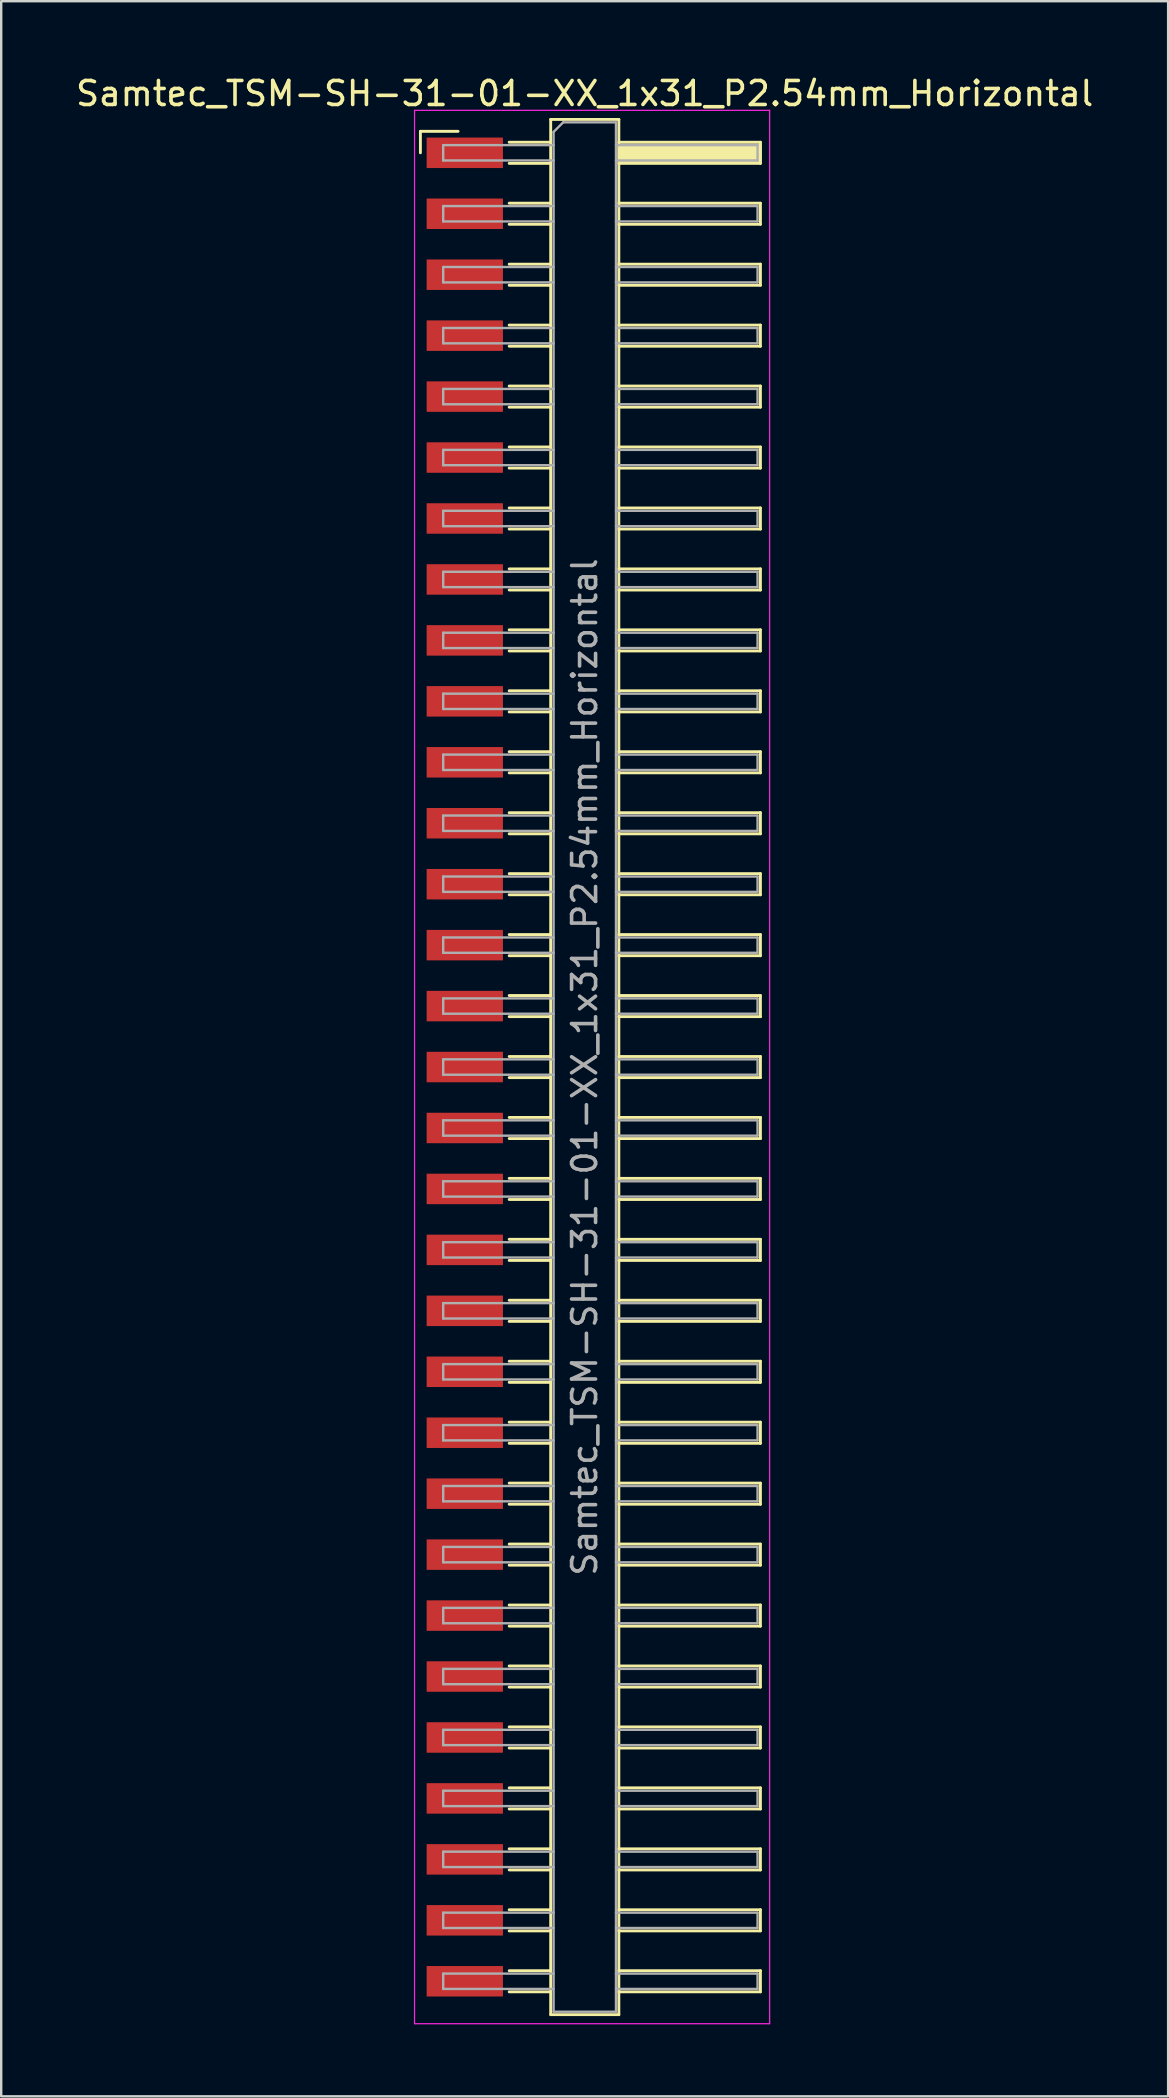
<source format=kicad_pcb>
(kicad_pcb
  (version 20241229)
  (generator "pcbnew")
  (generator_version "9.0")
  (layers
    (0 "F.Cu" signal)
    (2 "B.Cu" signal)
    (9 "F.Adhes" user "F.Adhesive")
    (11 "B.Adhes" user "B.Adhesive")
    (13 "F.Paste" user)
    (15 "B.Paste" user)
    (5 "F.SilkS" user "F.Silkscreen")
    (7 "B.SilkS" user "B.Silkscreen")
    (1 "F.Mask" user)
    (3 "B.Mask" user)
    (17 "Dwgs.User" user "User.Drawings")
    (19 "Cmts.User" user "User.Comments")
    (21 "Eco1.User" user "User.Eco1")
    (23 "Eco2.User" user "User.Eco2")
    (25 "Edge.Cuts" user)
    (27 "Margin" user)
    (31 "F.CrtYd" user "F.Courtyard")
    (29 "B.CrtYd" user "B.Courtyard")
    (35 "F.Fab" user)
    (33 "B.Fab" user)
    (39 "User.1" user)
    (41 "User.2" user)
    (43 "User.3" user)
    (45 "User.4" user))
  (footprint "Samtec_TSM-SH-31-01-XX_1x31_P2.54mm_Horizontal"
    (layer "F.Cu")
    (at 21.505 41.418)
    (property "Reference" "Samtec_TSM-SH-31-01-XX_1x31_P2.54mm_Horizontal" (at -0.19 -40.57 0) (layer "F.SilkS") (effects (font (size 1 1) (thickness 0.15))))
    (attr smd)
    (fp_line (start -7.035 -38.995) (end -5.465 -38.995) (stroke (width 0.12) (type solid)) (layer "F.SilkS"))
    (fp_line (start -7.035 -38.1) (end -7.035 -38.995) (stroke (width 0.12) (type solid)) (layer "F.SilkS"))
    (fp_line (start -3.335 -38.54) (end -1.605 -38.54) (stroke (width 0.12) (type solid)) (layer "F.SilkS"))
    (fp_line (start -3.335 -37.66) (end -1.605 -37.66) (stroke (width 0.12) (type solid)) (layer "F.SilkS"))
    (fp_line (start -3.335 -36) (end -1.605 -36) (stroke (width 0.12) (type solid)) (layer "F.SilkS"))
    (fp_line (start -3.335 -35.12) (end -1.605 -35.12) (stroke (width 0.12) (type solid)) (layer "F.SilkS"))
    (fp_line (start -3.335 -33.46) (end -1.605 -33.46) (stroke (width 0.12) (type solid)) (layer "F.SilkS"))
    (fp_line (start -3.335 -32.58) (end -1.605 -32.58) (stroke (width 0.12) (type solid)) (layer "F.SilkS"))
    (fp_line (start -3.335 -30.92) (end -1.605 -30.92) (stroke (width 0.12) (type solid)) (layer "F.SilkS"))
    (fp_line (start -3.335 -30.04) (end -1.605 -30.04) (stroke (width 0.12) (type solid)) (layer "F.SilkS"))
    (fp_line (start -3.335 -28.38) (end -1.605 -28.38) (stroke (width 0.12) (type solid)) (layer "F.SilkS"))
    (fp_line (start -3.335 -27.5) (end -1.605 -27.5) (stroke (width 0.12) (type solid)) (layer "F.SilkS"))
    (fp_line (start -3.335 -25.84) (end -1.605 -25.84) (stroke (width 0.12) (type solid)) (layer "F.SilkS"))
    (fp_line (start -3.335 -24.96) (end -1.605 -24.96) (stroke (width 0.12) (type solid)) (layer "F.SilkS"))
    (fp_line (start -3.335 -23.3) (end -1.605 -23.3) (stroke (width 0.12) (type solid)) (layer "F.SilkS"))
    (fp_line (start -3.335 -22.42) (end -1.605 -22.42) (stroke (width 0.12) (type solid)) (layer "F.SilkS"))
    (fp_line (start -3.335 -20.76) (end -1.605 -20.76) (stroke (width 0.12) (type solid)) (layer "F.SilkS"))
    (fp_line (start -3.335 -19.88) (end -1.605 -19.88) (stroke (width 0.12) (type solid)) (layer "F.SilkS"))
    (fp_line (start -3.335 -18.22) (end -1.605 -18.22) (stroke (width 0.12) (type solid)) (layer "F.SilkS"))
    (fp_line (start -3.335 -17.34) (end -1.605 -17.34) (stroke (width 0.12) (type solid)) (layer "F.SilkS"))
    (fp_line (start -3.335 -15.68) (end -1.605 -15.68) (stroke (width 0.12) (type solid)) (layer "F.SilkS"))
    (fp_line (start -3.335 -14.8) (end -1.605 -14.8) (stroke (width 0.12) (type solid)) (layer "F.SilkS"))
    (fp_line (start -3.335 -13.14) (end -1.605 -13.14) (stroke (width 0.12) (type solid)) (layer "F.SilkS"))
    (fp_line (start -3.335 -12.26) (end -1.605 -12.26) (stroke (width 0.12) (type solid)) (layer "F.SilkS"))
    (fp_line (start -3.335 -10.6) (end -1.605 -10.6) (stroke (width 0.12) (type solid)) (layer "F.SilkS"))
    (fp_line (start -3.335 -9.72) (end -1.605 -9.72) (stroke (width 0.12) (type solid)) (layer "F.SilkS"))
    (fp_line (start -3.335 -8.06) (end -1.605 -8.06) (stroke (width 0.12) (type solid)) (layer "F.SilkS"))
    (fp_line (start -3.335 -7.18) (end -1.605 -7.18) (stroke (width 0.12) (type solid)) (layer "F.SilkS"))
    (fp_line (start -3.335 -5.52) (end -1.605 -5.52) (stroke (width 0.12) (type solid)) (layer "F.SilkS"))
    (fp_line (start -3.335 -4.64) (end -1.605 -4.64) (stroke (width 0.12) (type solid)) (layer "F.SilkS"))
    (fp_line (start -3.335 -2.98) (end -1.605 -2.98) (stroke (width 0.12) (type solid)) (layer "F.SilkS"))
    (fp_line (start -3.335 -2.1) (end -1.605 -2.1) (stroke (width 0.12) (type solid)) (layer "F.SilkS"))
    (fp_line (start -3.335 -0.44) (end -1.605 -0.44) (stroke (width 0.12) (type solid)) (layer "F.SilkS"))
    (fp_line (start -3.335 0.44) (end -1.605 0.44) (stroke (width 0.12) (type solid)) (layer "F.SilkS"))
    (fp_line (start -3.335 2.1) (end -1.605 2.1) (stroke (width 0.12) (type solid)) (layer "F.SilkS"))
    (fp_line (start -3.335 2.98) (end -1.605 2.98) (stroke (width 0.12) (type solid)) (layer "F.SilkS"))
    (fp_line (start -3.335 4.64) (end -1.605 4.64) (stroke (width 0.12) (type solid)) (layer "F.SilkS"))
    (fp_line (start -3.335 5.52) (end -1.605 5.52) (stroke (width 0.12) (type solid)) (layer "F.SilkS"))
    (fp_line (start -3.335 7.18) (end -1.605 7.18) (stroke (width 0.12) (type solid)) (layer "F.SilkS"))
    (fp_line (start -3.335 8.06) (end -1.605 8.06) (stroke (width 0.12) (type solid)) (layer "F.SilkS"))
    (fp_line (start -3.335 9.72) (end -1.605 9.72) (stroke (width 0.12) (type solid)) (layer "F.SilkS"))
    (fp_line (start -3.335 10.6) (end -1.605 10.6) (stroke (width 0.12) (type solid)) (layer "F.SilkS"))
    (fp_line (start -3.335 12.26) (end -1.605 12.26) (stroke (width 0.12) (type solid)) (layer "F.SilkS"))
    (fp_line (start -3.335 13.14) (end -1.605 13.14) (stroke (width 0.12) (type solid)) (layer "F.SilkS"))
    (fp_line (start -3.335 14.8) (end -1.605 14.8) (stroke (width 0.12) (type solid)) (layer "F.SilkS"))
    (fp_line (start -3.335 15.68) (end -1.605 15.68) (stroke (width 0.12) (type solid)) (layer "F.SilkS"))
    (fp_line (start -3.335 17.34) (end -1.605 17.34) (stroke (width 0.12) (type solid)) (layer "F.SilkS"))
    (fp_line (start -3.335 18.22) (end -1.605 18.22) (stroke (width 0.12) (type solid)) (layer "F.SilkS"))
    (fp_line (start -3.335 19.88) (end -1.605 19.88) (stroke (width 0.12) (type solid)) (layer "F.SilkS"))
    (fp_line (start -3.335 20.76) (end -1.605 20.76) (stroke (width 0.12) (type solid)) (layer "F.SilkS"))
    (fp_line (start -3.335 22.42) (end -1.605 22.42) (stroke (width 0.12) (type solid)) (layer "F.SilkS"))
    (fp_line (start -3.335 23.3) (end -1.605 23.3) (stroke (width 0.12) (type solid)) (layer "F.SilkS"))
    (fp_line (start -3.335 24.96) (end -1.605 24.96) (stroke (width 0.12) (type solid)) (layer "F.SilkS"))
    (fp_line (start -3.335 25.84) (end -1.605 25.84) (stroke (width 0.12) (type solid)) (layer "F.SilkS"))
    (fp_line (start -3.335 27.5) (end -1.605 27.5) (stroke (width 0.12) (type solid)) (layer "F.SilkS"))
    (fp_line (start -3.335 28.38) (end -1.605 28.38) (stroke (width 0.12) (type solid)) (layer "F.SilkS"))
    (fp_line (start -3.335 30.04) (end -1.605 30.04) (stroke (width 0.12) (type solid)) (layer "F.SilkS"))
    (fp_line (start -3.335 30.92) (end -1.605 30.92) (stroke (width 0.12) (type solid)) (layer "F.SilkS"))
    (fp_line (start -3.335 32.58) (end -1.605 32.58) (stroke (width 0.12) (type solid)) (layer "F.SilkS"))
    (fp_line (start -3.335 33.46) (end -1.605 33.46) (stroke (width 0.12) (type solid)) (layer "F.SilkS"))
    (fp_line (start -3.335 35.12) (end -1.605 35.12) (stroke (width 0.12) (type solid)) (layer "F.SilkS"))
    (fp_line (start -3.335 36) (end -1.605 36) (stroke (width 0.12) (type solid)) (layer "F.SilkS"))
    (fp_line (start -3.335 37.66) (end -1.605 37.66) (stroke (width 0.12) (type solid)) (layer "F.SilkS"))
    (fp_line (start -3.335 38.54) (end -1.605 38.54) (stroke (width 0.12) (type solid)) (layer "F.SilkS"))
    (fp_line (start -1.605 -39.49) (end 1.235 -39.49) (stroke (width 0.12) (type solid)) (layer "F.SilkS"))
    (fp_line (start -1.605 39.49) (end -1.605 -39.49) (stroke (width 0.12) (type solid)) (layer "F.SilkS"))
    (fp_line (start 1.235 -39.49) (end 1.235 39.49) (stroke (width 0.12) (type solid)) (layer "F.SilkS"))
    (fp_line (start 1.235 -38.54) (end 7.135 -38.54) (stroke (width 0.12) (type solid)) (layer "F.SilkS"))
    (fp_line (start 1.235 -36) (end 7.135 -36) (stroke (width 0.12) (type solid)) (layer "F.SilkS"))
    (fp_line (start 1.235 -33.46) (end 7.135 -33.46) (stroke (width 0.12) (type solid)) (layer "F.SilkS"))
    (fp_line (start 1.235 -30.92) (end 7.135 -30.92) (stroke (width 0.12) (type solid)) (layer "F.SilkS"))
    (fp_line (start 1.235 -28.38) (end 7.135 -28.38) (stroke (width 0.12) (type solid)) (layer "F.SilkS"))
    (fp_line (start 1.235 -25.84) (end 7.135 -25.84) (stroke (width 0.12) (type solid)) (layer "F.SilkS"))
    (fp_line (start 1.235 -23.3) (end 7.135 -23.3) (stroke (width 0.12) (type solid)) (layer "F.SilkS"))
    (fp_line (start 1.235 -20.76) (end 7.135 -20.76) (stroke (width 0.12) (type solid)) (layer "F.SilkS"))
    (fp_line (start 1.235 -18.22) (end 7.135 -18.22) (stroke (width 0.12) (type solid)) (layer "F.SilkS"))
    (fp_line (start 1.235 -15.68) (end 7.135 -15.68) (stroke (width 0.12) (type solid)) (layer "F.SilkS"))
    (fp_line (start 1.235 -13.14) (end 7.135 -13.14) (stroke (width 0.12) (type solid)) (layer "F.SilkS"))
    (fp_line (start 1.235 -10.6) (end 7.135 -10.6) (stroke (width 0.12) (type solid)) (layer "F.SilkS"))
    (fp_line (start 1.235 -8.06) (end 7.135 -8.06) (stroke (width 0.12) (type solid)) (layer "F.SilkS"))
    (fp_line (start 1.235 -5.52) (end 7.135 -5.52) (stroke (width 0.12) (type solid)) (layer "F.SilkS"))
    (fp_line (start 1.235 -2.98) (end 7.135 -2.98) (stroke (width 0.12) (type solid)) (layer "F.SilkS"))
    (fp_line (start 1.235 -0.44) (end 7.135 -0.44) (stroke (width 0.12) (type solid)) (layer "F.SilkS"))
    (fp_line (start 1.235 2.1) (end 7.135 2.1) (stroke (width 0.12) (type solid)) (layer "F.SilkS"))
    (fp_line (start 1.235 4.64) (end 7.135 4.64) (stroke (width 0.12) (type solid)) (layer "F.SilkS"))
    (fp_line (start 1.235 7.18) (end 7.135 7.18) (stroke (width 0.12) (type solid)) (layer "F.SilkS"))
    (fp_line (start 1.235 9.72) (end 7.135 9.72) (stroke (width 0.12) (type solid)) (layer "F.SilkS"))
    (fp_line (start 1.235 12.26) (end 7.135 12.26) (stroke (width 0.12) (type solid)) (layer "F.SilkS"))
    (fp_line (start 1.235 14.8) (end 7.135 14.8) (stroke (width 0.12) (type solid)) (layer "F.SilkS"))
    (fp_line (start 1.235 17.34) (end 7.135 17.34) (stroke (width 0.12) (type solid)) (layer "F.SilkS"))
    (fp_line (start 1.235 19.88) (end 7.135 19.88) (stroke (width 0.12) (type solid)) (layer "F.SilkS"))
    (fp_line (start 1.235 22.42) (end 7.135 22.42) (stroke (width 0.12) (type solid)) (layer "F.SilkS"))
    (fp_line (start 1.235 24.96) (end 7.135 24.96) (stroke (width 0.12) (type solid)) (layer "F.SilkS"))
    (fp_line (start 1.235 27.5) (end 7.135 27.5) (stroke (width 0.12) (type solid)) (layer "F.SilkS"))
    (fp_line (start 1.235 30.04) (end 7.135 30.04) (stroke (width 0.12) (type solid)) (layer "F.SilkS"))
    (fp_line (start 1.235 32.58) (end 7.135 32.58) (stroke (width 0.12) (type solid)) (layer "F.SilkS"))
    (fp_line (start 1.235 35.12) (end 7.135 35.12) (stroke (width 0.12) (type solid)) (layer "F.SilkS"))
    (fp_line (start 1.235 37.66) (end 7.135 37.66) (stroke (width 0.12) (type solid)) (layer "F.SilkS"))
    (fp_line (start 1.235 39.49) (end -1.605 39.49) (stroke (width 0.12) (type solid)) (layer "F.SilkS"))
    (fp_line (start 7.135 -38.54) (end 7.135 -37.66) (stroke (width 0.12) (type solid)) (layer "F.SilkS"))
    (fp_line (start 7.135 -37.66) (end 1.235 -37.66) (stroke (width 0.12) (type solid)) (layer "F.SilkS"))
    (fp_line (start 7.135 -36) (end 7.135 -35.12) (stroke (width 0.12) (type solid)) (layer "F.SilkS"))
    (fp_line (start 7.135 -35.12) (end 1.235 -35.12) (stroke (width 0.12) (type solid)) (layer "F.SilkS"))
    (fp_line (start 7.135 -33.46) (end 7.135 -32.58) (stroke (width 0.12) (type solid)) (layer "F.SilkS"))
    (fp_line (start 7.135 -32.58) (end 1.235 -32.58) (stroke (width 0.12) (type solid)) (layer "F.SilkS"))
    (fp_line (start 7.135 -30.92) (end 7.135 -30.04) (stroke (width 0.12) (type solid)) (layer "F.SilkS"))
    (fp_line (start 7.135 -30.04) (end 1.235 -30.04) (stroke (width 0.12) (type solid)) (layer "F.SilkS"))
    (fp_line (start 7.135 -28.38) (end 7.135 -27.5) (stroke (width 0.12) (type solid)) (layer "F.SilkS"))
    (fp_line (start 7.135 -27.5) (end 1.235 -27.5) (stroke (width 0.12) (type solid)) (layer "F.SilkS"))
    (fp_line (start 7.135 -25.84) (end 7.135 -24.96) (stroke (width 0.12) (type solid)) (layer "F.SilkS"))
    (fp_line (start 7.135 -24.96) (end 1.235 -24.96) (stroke (width 0.12) (type solid)) (layer "F.SilkS"))
    (fp_line (start 7.135 -23.3) (end 7.135 -22.42) (stroke (width 0.12) (type solid)) (layer "F.SilkS"))
    (fp_line (start 7.135 -22.42) (end 1.235 -22.42) (stroke (width 0.12) (type solid)) (layer "F.SilkS"))
    (fp_line (start 7.135 -20.76) (end 7.135 -19.88) (stroke (width 0.12) (type solid)) (layer "F.SilkS"))
    (fp_line (start 7.135 -19.88) (end 1.235 -19.88) (stroke (width 0.12) (type solid)) (layer "F.SilkS"))
    (fp_line (start 7.135 -18.22) (end 7.135 -17.34) (stroke (width 0.12) (type solid)) (layer "F.SilkS"))
    (fp_line (start 7.135 -17.34) (end 1.235 -17.34) (stroke (width 0.12) (type solid)) (layer "F.SilkS"))
    (fp_line (start 7.135 -15.68) (end 7.135 -14.8) (stroke (width 0.12) (type solid)) (layer "F.SilkS"))
    (fp_line (start 7.135 -14.8) (end 1.235 -14.8) (stroke (width 0.12) (type solid)) (layer "F.SilkS"))
    (fp_line (start 7.135 -13.14) (end 7.135 -12.26) (stroke (width 0.12) (type solid)) (layer "F.SilkS"))
    (fp_line (start 7.135 -12.26) (end 1.235 -12.26) (stroke (width 0.12) (type solid)) (layer "F.SilkS"))
    (fp_line (start 7.135 -10.6) (end 7.135 -9.72) (stroke (width 0.12) (type solid)) (layer "F.SilkS"))
    (fp_line (start 7.135 -9.72) (end 1.235 -9.72) (stroke (width 0.12) (type solid)) (layer "F.SilkS"))
    (fp_line (start 7.135 -8.06) (end 7.135 -7.18) (stroke (width 0.12) (type solid)) (layer "F.SilkS"))
    (fp_line (start 7.135 -7.18) (end 1.235 -7.18) (stroke (width 0.12) (type solid)) (layer "F.SilkS"))
    (fp_line (start 7.135 -5.52) (end 7.135 -4.64) (stroke (width 0.12) (type solid)) (layer "F.SilkS"))
    (fp_line (start 7.135 -4.64) (end 1.235 -4.64) (stroke (width 0.12) (type solid)) (layer "F.SilkS"))
    (fp_line (start 7.135 -2.98) (end 7.135 -2.1) (stroke (width 0.12) (type solid)) (layer "F.SilkS"))
    (fp_line (start 7.135 -2.1) (end 1.235 -2.1) (stroke (width 0.12) (type solid)) (layer "F.SilkS"))
    (fp_line (start 7.135 -0.44) (end 7.135 0.44) (stroke (width 0.12) (type solid)) (layer "F.SilkS"))
    (fp_line (start 7.135 0.44) (end 1.235 0.44) (stroke (width 0.12) (type solid)) (layer "F.SilkS"))
    (fp_line (start 7.135 2.1) (end 7.135 2.98) (stroke (width 0.12) (type solid)) (layer "F.SilkS"))
    (fp_line (start 7.135 2.98) (end 1.235 2.98) (stroke (width 0.12) (type solid)) (layer "F.SilkS"))
    (fp_line (start 7.135 4.64) (end 7.135 5.52) (stroke (width 0.12) (type solid)) (layer "F.SilkS"))
    (fp_line (start 7.135 5.52) (end 1.235 5.52) (stroke (width 0.12) (type solid)) (layer "F.SilkS"))
    (fp_line (start 7.135 7.18) (end 7.135 8.06) (stroke (width 0.12) (type solid)) (layer "F.SilkS"))
    (fp_line (start 7.135 8.06) (end 1.235 8.06) (stroke (width 0.12) (type solid)) (layer "F.SilkS"))
    (fp_line (start 7.135 9.72) (end 7.135 10.6) (stroke (width 0.12) (type solid)) (layer "F.SilkS"))
    (fp_line (start 7.135 10.6) (end 1.235 10.6) (stroke (width 0.12) (type solid)) (layer "F.SilkS"))
    (fp_line (start 7.135 12.26) (end 7.135 13.14) (stroke (width 0.12) (type solid)) (layer "F.SilkS"))
    (fp_line (start 7.135 13.14) (end 1.235 13.14) (stroke (width 0.12) (type solid)) (layer "F.SilkS"))
    (fp_line (start 7.135 14.8) (end 7.135 15.68) (stroke (width 0.12) (type solid)) (layer "F.SilkS"))
    (fp_line (start 7.135 15.68) (end 1.235 15.68) (stroke (width 0.12) (type solid)) (layer "F.SilkS"))
    (fp_line (start 7.135 17.34) (end 7.135 18.22) (stroke (width 0.12) (type solid)) (layer "F.SilkS"))
    (fp_line (start 7.135 18.22) (end 1.235 18.22) (stroke (width 0.12) (type solid)) (layer "F.SilkS"))
    (fp_line (start 7.135 19.88) (end 7.135 20.76) (stroke (width 0.12) (type solid)) (layer "F.SilkS"))
    (fp_line (start 7.135 20.76) (end 1.235 20.76) (stroke (width 0.12) (type solid)) (layer "F.SilkS"))
    (fp_line (start 7.135 22.42) (end 7.135 23.3) (stroke (width 0.12) (type solid)) (layer "F.SilkS"))
    (fp_line (start 7.135 23.3) (end 1.235 23.3) (stroke (width 0.12) (type solid)) (layer "F.SilkS"))
    (fp_line (start 7.135 24.96) (end 7.135 25.84) (stroke (width 0.12) (type solid)) (layer "F.SilkS"))
    (fp_line (start 7.135 25.84) (end 1.235 25.84) (stroke (width 0.12) (type solid)) (layer "F.SilkS"))
    (fp_line (start 7.135 27.5) (end 7.135 28.38) (stroke (width 0.12) (type solid)) (layer "F.SilkS"))
    (fp_line (start 7.135 28.38) (end 1.235 28.38) (stroke (width 0.12) (type solid)) (layer "F.SilkS"))
    (fp_line (start 7.135 30.04) (end 7.135 30.92) (stroke (width 0.12) (type solid)) (layer "F.SilkS"))
    (fp_line (start 7.135 30.92) (end 1.235 30.92) (stroke (width 0.12) (type solid)) (layer "F.SilkS"))
    (fp_line (start 7.135 32.58) (end 7.135 33.46) (stroke (width 0.12) (type solid)) (layer "F.SilkS"))
    (fp_line (start 7.135 33.46) (end 1.235 33.46) (stroke (width 0.12) (type solid)) (layer "F.SilkS"))
    (fp_line (start 7.135 35.12) (end 7.135 36) (stroke (width 0.12) (type solid)) (layer "F.SilkS"))
    (fp_line (start 7.135 36) (end 1.235 36) (stroke (width 0.12) (type solid)) (layer "F.SilkS"))
    (fp_line (start 7.135 37.66) (end 7.135 38.54) (stroke (width 0.12) (type solid)) (layer "F.SilkS"))
    (fp_line (start 7.135 38.54) (end 1.235 38.54) (stroke (width 0.12) (type solid)) (layer "F.SilkS"))
    (fp_line (start -7.28 -39.87) (end 7.52 -39.87) (stroke (width 0.05) (type solid)) (layer "F.CrtYd"))
    (fp_line (start -7.28 39.87) (end -7.28 -39.87) (stroke (width 0.05) (type solid)) (layer "F.CrtYd"))
    (fp_line (start 7.52 -39.87) (end 7.52 39.87) (stroke (width 0.05) (type solid)) (layer "F.CrtYd"))
    (fp_line (start 7.52 39.87) (end -7.28 39.87) (stroke (width 0.05) (type solid)) (layer "F.CrtYd"))
    (fp_line (start -6.085 -38.42) (end -6.085 -37.78) (stroke (width 0.1) (type solid)) (layer "F.Fab"))
    (fp_line (start -6.085 -37.78) (end -1.485 -37.78) (stroke (width 0.1) (type solid)) (layer "F.Fab"))
    (fp_line (start -6.085 -35.88) (end -6.085 -35.24) (stroke (width 0.1) (type solid)) (layer "F.Fab"))
    (fp_line (start -6.085 -35.24) (end -1.485 -35.24) (stroke (width 0.1) (type solid)) (layer "F.Fab"))
    (fp_line (start -6.085 -33.34) (end -6.085 -32.7) (stroke (width 0.1) (type solid)) (layer "F.Fab"))
    (fp_line (start -6.085 -32.7) (end -1.485 -32.7) (stroke (width 0.1) (type solid)) (layer "F.Fab"))
    (fp_line (start -6.085 -30.8) (end -6.085 -30.16) (stroke (width 0.1) (type solid)) (layer "F.Fab"))
    (fp_line (start -6.085 -30.16) (end -1.485 -30.16) (stroke (width 0.1) (type solid)) (layer "F.Fab"))
    (fp_line (start -6.085 -28.26) (end -6.085 -27.62) (stroke (width 0.1) (type solid)) (layer "F.Fab"))
    (fp_line (start -6.085 -27.62) (end -1.485 -27.62) (stroke (width 0.1) (type solid)) (layer "F.Fab"))
    (fp_line (start -6.085 -25.72) (end -6.085 -25.08) (stroke (width 0.1) (type solid)) (layer "F.Fab"))
    (fp_line (start -6.085 -25.08) (end -1.485 -25.08) (stroke (width 0.1) (type solid)) (layer "F.Fab"))
    (fp_line (start -6.085 -23.18) (end -6.085 -22.54) (stroke (width 0.1) (type solid)) (layer "F.Fab"))
    (fp_line (start -6.085 -22.54) (end -1.485 -22.54) (stroke (width 0.1) (type solid)) (layer "F.Fab"))
    (fp_line (start -6.085 -20.64) (end -6.085 -20) (stroke (width 0.1) (type solid)) (layer "F.Fab"))
    (fp_line (start -6.085 -20) (end -1.485 -20) (stroke (width 0.1) (type solid)) (layer "F.Fab"))
    (fp_line (start -6.085 -18.1) (end -6.085 -17.46) (stroke (width 0.1) (type solid)) (layer "F.Fab"))
    (fp_line (start -6.085 -17.46) (end -1.485 -17.46) (stroke (width 0.1) (type solid)) (layer "F.Fab"))
    (fp_line (start -6.085 -15.56) (end -6.085 -14.92) (stroke (width 0.1) (type solid)) (layer "F.Fab"))
    (fp_line (start -6.085 -14.92) (end -1.485 -14.92) (stroke (width 0.1) (type solid)) (layer "F.Fab"))
    (fp_line (start -6.085 -13.02) (end -6.085 -12.38) (stroke (width 0.1) (type solid)) (layer "F.Fab"))
    (fp_line (start -6.085 -12.38) (end -1.485 -12.38) (stroke (width 0.1) (type solid)) (layer "F.Fab"))
    (fp_line (start -6.085 -10.48) (end -6.085 -9.84) (stroke (width 0.1) (type solid)) (layer "F.Fab"))
    (fp_line (start -6.085 -9.84) (end -1.485 -9.84) (stroke (width 0.1) (type solid)) (layer "F.Fab"))
    (fp_line (start -6.085 -7.94) (end -6.085 -7.3) (stroke (width 0.1) (type solid)) (layer "F.Fab"))
    (fp_line (start -6.085 -7.3) (end -1.485 -7.3) (stroke (width 0.1) (type solid)) (layer "F.Fab"))
    (fp_line (start -6.085 -5.4) (end -6.085 -4.76) (stroke (width 0.1) (type solid)) (layer "F.Fab"))
    (fp_line (start -6.085 -4.76) (end -1.485 -4.76) (stroke (width 0.1) (type solid)) (layer "F.Fab"))
    (fp_line (start -6.085 -2.86) (end -6.085 -2.22) (stroke (width 0.1) (type solid)) (layer "F.Fab"))
    (fp_line (start -6.085 -2.22) (end -1.485 -2.22) (stroke (width 0.1) (type solid)) (layer "F.Fab"))
    (fp_line (start -6.085 -0.32) (end -6.085 0.32) (stroke (width 0.1) (type solid)) (layer "F.Fab"))
    (fp_line (start -6.085 0.32) (end -1.485 0.32) (stroke (width 0.1) (type solid)) (layer "F.Fab"))
    (fp_line (start -6.085 2.22) (end -6.085 2.86) (stroke (width 0.1) (type solid)) (layer "F.Fab"))
    (fp_line (start -6.085 2.86) (end -1.485 2.86) (stroke (width 0.1) (type solid)) (layer "F.Fab"))
    (fp_line (start -6.085 4.76) (end -6.085 5.4) (stroke (width 0.1) (type solid)) (layer "F.Fab"))
    (fp_line (start -6.085 5.4) (end -1.485 5.4) (stroke (width 0.1) (type solid)) (layer "F.Fab"))
    (fp_line (start -6.085 7.3) (end -6.085 7.94) (stroke (width 0.1) (type solid)) (layer "F.Fab"))
    (fp_line (start -6.085 7.94) (end -1.485 7.94) (stroke (width 0.1) (type solid)) (layer "F.Fab"))
    (fp_line (start -6.085 9.84) (end -6.085 10.48) (stroke (width 0.1) (type solid)) (layer "F.Fab"))
    (fp_line (start -6.085 10.48) (end -1.485 10.48) (stroke (width 0.1) (type solid)) (layer "F.Fab"))
    (fp_line (start -6.085 12.38) (end -6.085 13.02) (stroke (width 0.1) (type solid)) (layer "F.Fab"))
    (fp_line (start -6.085 13.02) (end -1.485 13.02) (stroke (width 0.1) (type solid)) (layer "F.Fab"))
    (fp_line (start -6.085 14.92) (end -6.085 15.56) (stroke (width 0.1) (type solid)) (layer "F.Fab"))
    (fp_line (start -6.085 15.56) (end -1.485 15.56) (stroke (width 0.1) (type solid)) (layer "F.Fab"))
    (fp_line (start -6.085 17.46) (end -6.085 18.1) (stroke (width 0.1) (type solid)) (layer "F.Fab"))
    (fp_line (start -6.085 18.1) (end -1.485 18.1) (stroke (width 0.1) (type solid)) (layer "F.Fab"))
    (fp_line (start -6.085 20) (end -6.085 20.64) (stroke (width 0.1) (type solid)) (layer "F.Fab"))
    (fp_line (start -6.085 20.64) (end -1.485 20.64) (stroke (width 0.1) (type solid)) (layer "F.Fab"))
    (fp_line (start -6.085 22.54) (end -6.085 23.18) (stroke (width 0.1) (type solid)) (layer "F.Fab"))
    (fp_line (start -6.085 23.18) (end -1.485 23.18) (stroke (width 0.1) (type solid)) (layer "F.Fab"))
    (fp_line (start -6.085 25.08) (end -6.085 25.72) (stroke (width 0.1) (type solid)) (layer "F.Fab"))
    (fp_line (start -6.085 25.72) (end -1.485 25.72) (stroke (width 0.1) (type solid)) (layer "F.Fab"))
    (fp_line (start -6.085 27.62) (end -6.085 28.26) (stroke (width 0.1) (type solid)) (layer "F.Fab"))
    (fp_line (start -6.085 28.26) (end -1.485 28.26) (stroke (width 0.1) (type solid)) (layer "F.Fab"))
    (fp_line (start -6.085 30.16) (end -6.085 30.8) (stroke (width 0.1) (type solid)) (layer "F.Fab"))
    (fp_line (start -6.085 30.8) (end -1.485 30.8) (stroke (width 0.1) (type solid)) (layer "F.Fab"))
    (fp_line (start -6.085 32.7) (end -6.085 33.34) (stroke (width 0.1) (type solid)) (layer "F.Fab"))
    (fp_line (start -6.085 33.34) (end -1.485 33.34) (stroke (width 0.1) (type solid)) (layer "F.Fab"))
    (fp_line (start -6.085 35.24) (end -6.085 35.88) (stroke (width 0.1) (type solid)) (layer "F.Fab"))
    (fp_line (start -6.085 35.88) (end -1.485 35.88) (stroke (width 0.1) (type solid)) (layer "F.Fab"))
    (fp_line (start -6.085 37.78) (end -6.085 38.42) (stroke (width 0.1) (type solid)) (layer "F.Fab"))
    (fp_line (start -6.085 38.42) (end -1.485 38.42) (stroke (width 0.1) (type solid)) (layer "F.Fab"))
    (fp_line (start -1.485 -38.97) (end -1.085 -39.37) (stroke (width 0.1) (type solid)) (layer "F.Fab"))
    (fp_line (start -1.485 -38.42) (end -6.085 -38.42) (stroke (width 0.1) (type solid)) (layer "F.Fab"))
    (fp_line (start -1.485 -35.88) (end -6.085 -35.88) (stroke (width 0.1) (type solid)) (layer "F.Fab"))
    (fp_line (start -1.485 -33.34) (end -6.085 -33.34) (stroke (width 0.1) (type solid)) (layer "F.Fab"))
    (fp_line (start -1.485 -30.8) (end -6.085 -30.8) (stroke (width 0.1) (type solid)) (layer "F.Fab"))
    (fp_line (start -1.485 -28.26) (end -6.085 -28.26) (stroke (width 0.1) (type solid)) (layer "F.Fab"))
    (fp_line (start -1.485 -25.72) (end -6.085 -25.72) (stroke (width 0.1) (type solid)) (layer "F.Fab"))
    (fp_line (start -1.485 -23.18) (end -6.085 -23.18) (stroke (width 0.1) (type solid)) (layer "F.Fab"))
    (fp_line (start -1.485 -20.64) (end -6.085 -20.64) (stroke (width 0.1) (type solid)) (layer "F.Fab"))
    (fp_line (start -1.485 -18.1) (end -6.085 -18.1) (stroke (width 0.1) (type solid)) (layer "F.Fab"))
    (fp_line (start -1.485 -15.56) (end -6.085 -15.56) (stroke (width 0.1) (type solid)) (layer "F.Fab"))
    (fp_line (start -1.485 -13.02) (end -6.085 -13.02) (stroke (width 0.1) (type solid)) (layer "F.Fab"))
    (fp_line (start -1.485 -10.48) (end -6.085 -10.48) (stroke (width 0.1) (type solid)) (layer "F.Fab"))
    (fp_line (start -1.485 -7.94) (end -6.085 -7.94) (stroke (width 0.1) (type solid)) (layer "F.Fab"))
    (fp_line (start -1.485 -5.4) (end -6.085 -5.4) (stroke (width 0.1) (type solid)) (layer "F.Fab"))
    (fp_line (start -1.485 -2.86) (end -6.085 -2.86) (stroke (width 0.1) (type solid)) (layer "F.Fab"))
    (fp_line (start -1.485 -0.32) (end -6.085 -0.32) (stroke (width 0.1) (type solid)) (layer "F.Fab"))
    (fp_line (start -1.485 2.22) (end -6.085 2.22) (stroke (width 0.1) (type solid)) (layer "F.Fab"))
    (fp_line (start -1.485 4.76) (end -6.085 4.76) (stroke (width 0.1) (type solid)) (layer "F.Fab"))
    (fp_line (start -1.485 7.3) (end -6.085 7.3) (stroke (width 0.1) (type solid)) (layer "F.Fab"))
    (fp_line (start -1.485 9.84) (end -6.085 9.84) (stroke (width 0.1) (type solid)) (layer "F.Fab"))
    (fp_line (start -1.485 12.38) (end -6.085 12.38) (stroke (width 0.1) (type solid)) (layer "F.Fab"))
    (fp_line (start -1.485 14.92) (end -6.085 14.92) (stroke (width 0.1) (type solid)) (layer "F.Fab"))
    (fp_line (start -1.485 17.46) (end -6.085 17.46) (stroke (width 0.1) (type solid)) (layer "F.Fab"))
    (fp_line (start -1.485 20) (end -6.085 20) (stroke (width 0.1) (type solid)) (layer "F.Fab"))
    (fp_line (start -1.485 22.54) (end -6.085 22.54) (stroke (width 0.1) (type solid)) (layer "F.Fab"))
    (fp_line (start -1.485 25.08) (end -6.085 25.08) (stroke (width 0.1) (type solid)) (layer "F.Fab"))
    (fp_line (start -1.485 27.62) (end -6.085 27.62) (stroke (width 0.1) (type solid)) (layer "F.Fab"))
    (fp_line (start -1.485 30.16) (end -6.085 30.16) (stroke (width 0.1) (type solid)) (layer "F.Fab"))
    (fp_line (start -1.485 32.7) (end -6.085 32.7) (stroke (width 0.1) (type solid)) (layer "F.Fab"))
    (fp_line (start -1.485 35.24) (end -6.085 35.24) (stroke (width 0.1) (type solid)) (layer "F.Fab"))
    (fp_line (start -1.485 37.78) (end -6.085 37.78) (stroke (width 0.1) (type solid)) (layer "F.Fab"))
    (fp_line (start -1.485 39.37) (end -1.485 -38.97) (stroke (width 0.1) (type solid)) (layer "F.Fab"))
    (fp_line (start -1.085 -39.37) (end 1.115 -39.37) (stroke (width 0.1) (type solid)) (layer "F.Fab"))
    (fp_line (start 1.115 -39.37) (end 1.115 39.37) (stroke (width 0.1) (type solid)) (layer "F.Fab"))
    (fp_line (start 1.115 -38.42) (end 7.015 -38.42) (stroke (width 0.1) (type solid)) (layer "F.Fab"))
    (fp_line (start 1.115 -35.88) (end 7.015 -35.88) (stroke (width 0.1) (type solid)) (layer "F.Fab"))
    (fp_line (start 1.115 -33.34) (end 7.015 -33.34) (stroke (width 0.1) (type solid)) (layer "F.Fab"))
    (fp_line (start 1.115 -30.8) (end 7.015 -30.8) (stroke (width 0.1) (type solid)) (layer "F.Fab"))
    (fp_line (start 1.115 -28.26) (end 7.015 -28.26) (stroke (width 0.1) (type solid)) (layer "F.Fab"))
    (fp_line (start 1.115 -25.72) (end 7.015 -25.72) (stroke (width 0.1) (type solid)) (layer "F.Fab"))
    (fp_line (start 1.115 -23.18) (end 7.015 -23.18) (stroke (width 0.1) (type solid)) (layer "F.Fab"))
    (fp_line (start 1.115 -20.64) (end 7.015 -20.64) (stroke (width 0.1) (type solid)) (layer "F.Fab"))
    (fp_line (start 1.115 -18.1) (end 7.015 -18.1) (stroke (width 0.1) (type solid)) (layer "F.Fab"))
    (fp_line (start 1.115 -15.56) (end 7.015 -15.56) (stroke (width 0.1) (type solid)) (layer "F.Fab"))
    (fp_line (start 1.115 -13.02) (end 7.015 -13.02) (stroke (width 0.1) (type solid)) (layer "F.Fab"))
    (fp_line (start 1.115 -10.48) (end 7.015 -10.48) (stroke (width 0.1) (type solid)) (layer "F.Fab"))
    (fp_line (start 1.115 -7.94) (end 7.015 -7.94) (stroke (width 0.1) (type solid)) (layer "F.Fab"))
    (fp_line (start 1.115 -5.4) (end 7.015 -5.4) (stroke (width 0.1) (type solid)) (layer "F.Fab"))
    (fp_line (start 1.115 -2.86) (end 7.015 -2.86) (stroke (width 0.1) (type solid)) (layer "F.Fab"))
    (fp_line (start 1.115 -0.32) (end 7.015 -0.32) (stroke (width 0.1) (type solid)) (layer "F.Fab"))
    (fp_line (start 1.115 2.22) (end 7.015 2.22) (stroke (width 0.1) (type solid)) (layer "F.Fab"))
    (fp_line (start 1.115 4.76) (end 7.015 4.76) (stroke (width 0.1) (type solid)) (layer "F.Fab"))
    (fp_line (start 1.115 7.3) (end 7.015 7.3) (stroke (width 0.1) (type solid)) (layer "F.Fab"))
    (fp_line (start 1.115 9.84) (end 7.015 9.84) (stroke (width 0.1) (type solid)) (layer "F.Fab"))
    (fp_line (start 1.115 12.38) (end 7.015 12.38) (stroke (width 0.1) (type solid)) (layer "F.Fab"))
    (fp_line (start 1.115 14.92) (end 7.015 14.92) (stroke (width 0.1) (type solid)) (layer "F.Fab"))
    (fp_line (start 1.115 17.46) (end 7.015 17.46) (stroke (width 0.1) (type solid)) (layer "F.Fab"))
    (fp_line (start 1.115 20) (end 7.015 20) (stroke (width 0.1) (type solid)) (layer "F.Fab"))
    (fp_line (start 1.115 22.54) (end 7.015 22.54) (stroke (width 0.1) (type solid)) (layer "F.Fab"))
    (fp_line (start 1.115 25.08) (end 7.015 25.08) (stroke (width 0.1) (type solid)) (layer "F.Fab"))
    (fp_line (start 1.115 27.62) (end 7.015 27.62) (stroke (width 0.1) (type solid)) (layer "F.Fab"))
    (fp_line (start 1.115 30.16) (end 7.015 30.16) (stroke (width 0.1) (type solid)) (layer "F.Fab"))
    (fp_line (start 1.115 32.7) (end 7.015 32.7) (stroke (width 0.1) (type solid)) (layer "F.Fab"))
    (fp_line (start 1.115 35.24) (end 7.015 35.24) (stroke (width 0.1) (type solid)) (layer "F.Fab"))
    (fp_line (start 1.115 37.78) (end 7.015 37.78) (stroke (width 0.1) (type solid)) (layer "F.Fab"))
    (fp_line (start 1.115 39.37) (end -1.485 39.37) (stroke (width 0.1) (type solid)) (layer "F.Fab"))
    (fp_line (start 7.015 -38.42) (end 7.015 -37.78) (stroke (width 0.1) (type solid)) (layer "F.Fab"))
    (fp_line (start 7.015 -37.78) (end 1.115 -37.78) (stroke (width 0.1) (type solid)) (layer "F.Fab"))
    (fp_line (start 7.015 -35.88) (end 7.015 -35.24) (stroke (width 0.1) (type solid)) (layer "F.Fab"))
    (fp_line (start 7.015 -35.24) (end 1.115 -35.24) (stroke (width 0.1) (type solid)) (layer "F.Fab"))
    (fp_line (start 7.015 -33.34) (end 7.015 -32.7) (stroke (width 0.1) (type solid)) (layer "F.Fab"))
    (fp_line (start 7.015 -32.7) (end 1.115 -32.7) (stroke (width 0.1) (type solid)) (layer "F.Fab"))
    (fp_line (start 7.015 -30.8) (end 7.015 -30.16) (stroke (width 0.1) (type solid)) (layer "F.Fab"))
    (fp_line (start 7.015 -30.16) (end 1.115 -30.16) (stroke (width 0.1) (type solid)) (layer "F.Fab"))
    (fp_line (start 7.015 -28.26) (end 7.015 -27.62) (stroke (width 0.1) (type solid)) (layer "F.Fab"))
    (fp_line (start 7.015 -27.62) (end 1.115 -27.62) (stroke (width 0.1) (type solid)) (layer "F.Fab"))
    (fp_line (start 7.015 -25.72) (end 7.015 -25.08) (stroke (width 0.1) (type solid)) (layer "F.Fab"))
    (fp_line (start 7.015 -25.08) (end 1.115 -25.08) (stroke (width 0.1) (type solid)) (layer "F.Fab"))
    (fp_line (start 7.015 -23.18) (end 7.015 -22.54) (stroke (width 0.1) (type solid)) (layer "F.Fab"))
    (fp_line (start 7.015 -22.54) (end 1.115 -22.54) (stroke (width 0.1) (type solid)) (layer "F.Fab"))
    (fp_line (start 7.015 -20.64) (end 7.015 -20) (stroke (width 0.1) (type solid)) (layer "F.Fab"))
    (fp_line (start 7.015 -20) (end 1.115 -20) (stroke (width 0.1) (type solid)) (layer "F.Fab"))
    (fp_line (start 7.015 -18.1) (end 7.015 -17.46) (stroke (width 0.1) (type solid)) (layer "F.Fab"))
    (fp_line (start 7.015 -17.46) (end 1.115 -17.46) (stroke (width 0.1) (type solid)) (layer "F.Fab"))
    (fp_line (start 7.015 -15.56) (end 7.015 -14.92) (stroke (width 0.1) (type solid)) (layer "F.Fab"))
    (fp_line (start 7.015 -14.92) (end 1.115 -14.92) (stroke (width 0.1) (type solid)) (layer "F.Fab"))
    (fp_line (start 7.015 -13.02) (end 7.015 -12.38) (stroke (width 0.1) (type solid)) (layer "F.Fab"))
    (fp_line (start 7.015 -12.38) (end 1.115 -12.38) (stroke (width 0.1) (type solid)) (layer "F.Fab"))
    (fp_line (start 7.015 -10.48) (end 7.015 -9.84) (stroke (width 0.1) (type solid)) (layer "F.Fab"))
    (fp_line (start 7.015 -9.84) (end 1.115 -9.84) (stroke (width 0.1) (type solid)) (layer "F.Fab"))
    (fp_line (start 7.015 -7.94) (end 7.015 -7.3) (stroke (width 0.1) (type solid)) (layer "F.Fab"))
    (fp_line (start 7.015 -7.3) (end 1.115 -7.3) (stroke (width 0.1) (type solid)) (layer "F.Fab"))
    (fp_line (start 7.015 -5.4) (end 7.015 -4.76) (stroke (width 0.1) (type solid)) (layer "F.Fab"))
    (fp_line (start 7.015 -4.76) (end 1.115 -4.76) (stroke (width 0.1) (type solid)) (layer "F.Fab"))
    (fp_line (start 7.015 -2.86) (end 7.015 -2.22) (stroke (width 0.1) (type solid)) (layer "F.Fab"))
    (fp_line (start 7.015 -2.22) (end 1.115 -2.22) (stroke (width 0.1) (type solid)) (layer "F.Fab"))
    (fp_line (start 7.015 -0.32) (end 7.015 0.32) (stroke (width 0.1) (type solid)) (layer "F.Fab"))
    (fp_line (start 7.015 0.32) (end 1.115 0.32) (stroke (width 0.1) (type solid)) (layer "F.Fab"))
    (fp_line (start 7.015 2.22) (end 7.015 2.86) (stroke (width 0.1) (type solid)) (layer "F.Fab"))
    (fp_line (start 7.015 2.86) (end 1.115 2.86) (stroke (width 0.1) (type solid)) (layer "F.Fab"))
    (fp_line (start 7.015 4.76) (end 7.015 5.4) (stroke (width 0.1) (type solid)) (layer "F.Fab"))
    (fp_line (start 7.015 5.4) (end 1.115 5.4) (stroke (width 0.1) (type solid)) (layer "F.Fab"))
    (fp_line (start 7.015 7.3) (end 7.015 7.94) (stroke (width 0.1) (type solid)) (layer "F.Fab"))
    (fp_line (start 7.015 7.94) (end 1.115 7.94) (stroke (width 0.1) (type solid)) (layer "F.Fab"))
    (fp_line (start 7.015 9.84) (end 7.015 10.48) (stroke (width 0.1) (type solid)) (layer "F.Fab"))
    (fp_line (start 7.015 10.48) (end 1.115 10.48) (stroke (width 0.1) (type solid)) (layer "F.Fab"))
    (fp_line (start 7.015 12.38) (end 7.015 13.02) (stroke (width 0.1) (type solid)) (layer "F.Fab"))
    (fp_line (start 7.015 13.02) (end 1.115 13.02) (stroke (width 0.1) (type solid)) (layer "F.Fab"))
    (fp_line (start 7.015 14.92) (end 7.015 15.56) (stroke (width 0.1) (type solid)) (layer "F.Fab"))
    (fp_line (start 7.015 15.56) (end 1.115 15.56) (stroke (width 0.1) (type solid)) (layer "F.Fab"))
    (fp_line (start 7.015 17.46) (end 7.015 18.1) (stroke (width 0.1) (type solid)) (layer "F.Fab"))
    (fp_line (start 7.015 18.1) (end 1.115 18.1) (stroke (width 0.1) (type solid)) (layer "F.Fab"))
    (fp_line (start 7.015 20) (end 7.015 20.64) (stroke (width 0.1) (type solid)) (layer "F.Fab"))
    (fp_line (start 7.015 20.64) (end 1.115 20.64) (stroke (width 0.1) (type solid)) (layer "F.Fab"))
    (fp_line (start 7.015 22.54) (end 7.015 23.18) (stroke (width 0.1) (type solid)) (layer "F.Fab"))
    (fp_line (start 7.015 23.18) (end 1.115 23.18) (stroke (width 0.1) (type solid)) (layer "F.Fab"))
    (fp_line (start 7.015 25.08) (end 7.015 25.72) (stroke (width 0.1) (type solid)) (layer "F.Fab"))
    (fp_line (start 7.015 25.72) (end 1.115 25.72) (stroke (width 0.1) (type solid)) (layer "F.Fab"))
    (fp_line (start 7.015 27.62) (end 7.015 28.26) (stroke (width 0.1) (type solid)) (layer "F.Fab"))
    (fp_line (start 7.015 28.26) (end 1.115 28.26) (stroke (width 0.1) (type solid)) (layer "F.Fab"))
    (fp_line (start 7.015 30.16) (end 7.015 30.8) (stroke (width 0.1) (type solid)) (layer "F.Fab"))
    (fp_line (start 7.015 30.8) (end 1.115 30.8) (stroke (width 0.1) (type solid)) (layer "F.Fab"))
    (fp_line (start 7.015 32.7) (end 7.015 33.34) (stroke (width 0.1) (type solid)) (layer "F.Fab"))
    (fp_line (start 7.015 33.34) (end 1.115 33.34) (stroke (width 0.1) (type solid)) (layer "F.Fab"))
    (fp_line (start 7.015 35.24) (end 7.015 35.88) (stroke (width 0.1) (type solid)) (layer "F.Fab"))
    (fp_line (start 7.015 35.88) (end 1.115 35.88) (stroke (width 0.1) (type solid)) (layer "F.Fab"))
    (fp_line (start 7.015 37.78) (end 7.015 38.42) (stroke (width 0.1) (type solid)) (layer "F.Fab"))
    (fp_line (start 7.015 38.42) (end 1.115 38.42) (stroke (width 0.1) (type solid)) (layer "F.Fab"))
    (fp_text user "${REFERENCE}" (at -0.19 0 90) (layer "F.Fab") (effects (font (size 1 1) (thickness 0.15))))
    (pad "" smd rect (at 4.185 -38.1) (size 6 0.76) (layers "F.SilkS"))
    (pad "1" smd rect (at -5.185 -38.1) (size 3.18 1.27) (layers "F.Cu" "F.Mask" "F.Paste"))
    (pad "2" smd rect (at -5.185 -35.56) (size 3.18 1.27) (layers "F.Cu" "F.Mask" "F.Paste"))
    (pad "3" smd rect (at -5.185 -33.02) (size 3.18 1.27) (layers "F.Cu" "F.Mask" "F.Paste"))
    (pad "4" smd rect (at -5.185 -30.48) (size 3.18 1.27) (layers "F.Cu" "F.Mask" "F.Paste"))
    (pad "5" smd rect (at -5.185 -27.94) (size 3.18 1.27) (layers "F.Cu" "F.Mask" "F.Paste"))
    (pad "6" smd rect (at -5.185 -25.4) (size 3.18 1.27) (layers "F.Cu" "F.Mask" "F.Paste"))
    (pad "7" smd rect (at -5.185 -22.86) (size 3.18 1.27) (layers "F.Cu" "F.Mask" "F.Paste"))
    (pad "8" smd rect (at -5.185 -20.32) (size 3.18 1.27) (layers "F.Cu" "F.Mask" "F.Paste"))
    (pad "9" smd rect (at -5.185 -17.78) (size 3.18 1.27) (layers "F.Cu" "F.Mask" "F.Paste"))
    (pad "10" smd rect (at -5.185 -15.24) (size 3.18 1.27) (layers "F.Cu" "F.Mask" "F.Paste"))
    (pad "11" smd rect (at -5.185 -12.7) (size 3.18 1.27) (layers "F.Cu" "F.Mask" "F.Paste"))
    (pad "12" smd rect (at -5.185 -10.16) (size 3.18 1.27) (layers "F.Cu" "F.Mask" "F.Paste"))
    (pad "13" smd rect (at -5.185 -7.62) (size 3.18 1.27) (layers "F.Cu" "F.Mask" "F.Paste"))
    (pad "14" smd rect (at -5.185 -5.08) (size 3.18 1.27) (layers "F.Cu" "F.Mask" "F.Paste"))
    (pad "15" smd rect (at -5.185 -2.54) (size 3.18 1.27) (layers "F.Cu" "F.Mask" "F.Paste"))
    (pad "16" smd rect (at -5.185 0) (size 3.18 1.27) (layers "F.Cu" "F.Mask" "F.Paste"))
    (pad "17" smd rect (at -5.185 2.54) (size 3.18 1.27) (layers "F.Cu" "F.Mask" "F.Paste"))
    (pad "18" smd rect (at -5.185 5.08) (size 3.18 1.27) (layers "F.Cu" "F.Mask" "F.Paste"))
    (pad "19" smd rect (at -5.185 7.62) (size 3.18 1.27) (layers "F.Cu" "F.Mask" "F.Paste"))
    (pad "20" smd rect (at -5.185 10.16) (size 3.18 1.27) (layers "F.Cu" "F.Mask" "F.Paste"))
    (pad "21" smd rect (at -5.185 12.7) (size 3.18 1.27) (layers "F.Cu" "F.Mask" "F.Paste"))
    (pad "22" smd rect (at -5.185 15.24) (size 3.18 1.27) (layers "F.Cu" "F.Mask" "F.Paste"))
    (pad "23" smd rect (at -5.185 17.78) (size 3.18 1.27) (layers "F.Cu" "F.Mask" "F.Paste"))
    (pad "24" smd rect (at -5.185 20.32) (size 3.18 1.27) (layers "F.Cu" "F.Mask" "F.Paste"))
    (pad "25" smd rect (at -5.185 22.86) (size 3.18 1.27) (layers "F.Cu" "F.Mask" "F.Paste"))
    (pad "26" smd rect (at -5.185 25.4) (size 3.18 1.27) (layers "F.Cu" "F.Mask" "F.Paste"))
    (pad "27" smd rect (at -5.185 27.94) (size 3.18 1.27) (layers "F.Cu" "F.Mask" "F.Paste"))
    (pad "28" smd rect (at -5.185 30.48) (size 3.18 1.27) (layers "F.Cu" "F.Mask" "F.Paste"))
    (pad "29" smd rect (at -5.185 33.02) (size 3.18 1.27) (layers "F.Cu" "F.Mask" "F.Paste"))
    (pad "30" smd rect (at -5.185 35.56) (size 3.18 1.27) (layers "F.Cu" "F.Mask" "F.Paste"))
    (pad "31" smd rect (at -5.185 38.1) (size 3.18 1.27) (layers "F.Cu" "F.Mask" "F.Paste")))
  (gr_rect
    (start -3 -3)
    (end 45.631 84.313)
    (stroke (width 0.1) (type default))
    (fill no)
    (layer "Edge.Cuts")))
</source>
